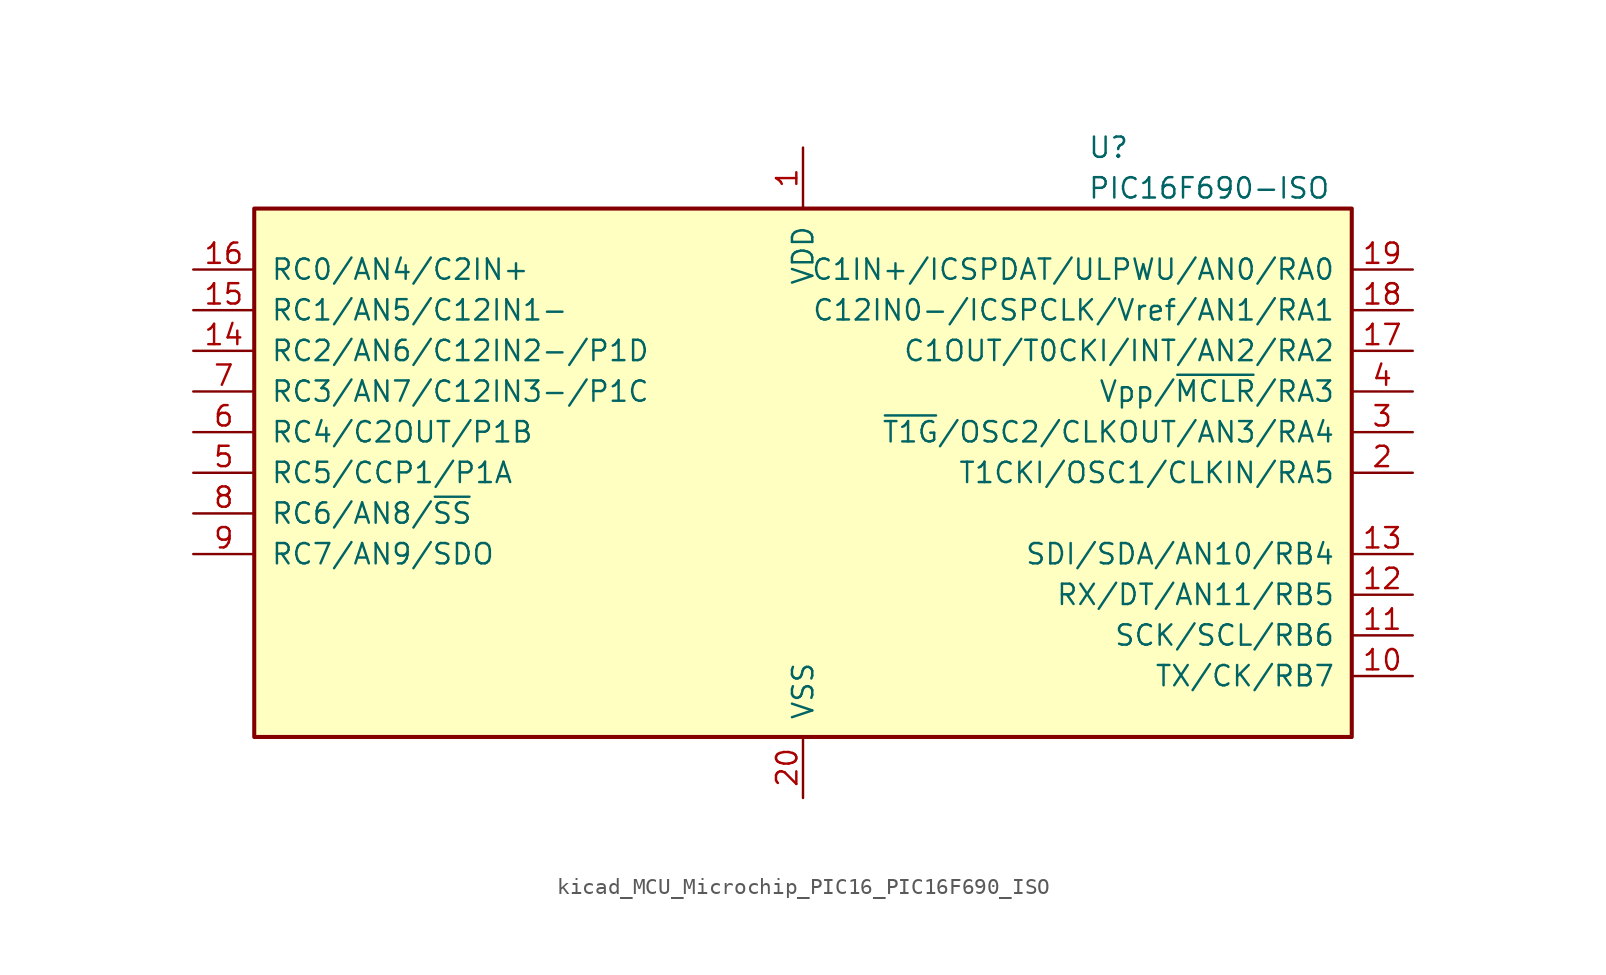
<source format=kicad_sym>
(kicad_symbol_lib
  (version 20220914)
  (generator kicad_symbol_editor)
  (symbol "kicad_MCU_Microchip_PIC16_PIC16F690_ISO"
    (pin_names
      (offset 1.016))
    (property "Reference" "U"
      (at 17.78 20.32 0)
      (effects (font (size 1.27 1.27)) (justify left)))
    (property "Value" "PIC16F690-ISO"
      (at 17.78 17.78 0)
      (effects (font (size 1.27 1.27)) (justify left)))
    (symbol "kicad_MCU_Microchip_PIC16_PIC16F690_ISO_0_1"
      (rectangle (start -34.29 16.51) (end 34.29 -16.51) (stroke (width 0.254) (type default)) (fill (type background))))
    (symbol "kicad_MCU_Microchip_PIC16_PIC16F690_ISO_1_1"
      (pin power_in line (at 0 20.32 270) (length 3.81) (name "VDD" (effects (font (size 1.27 1.27)))) (number "1" (effects (font (size 1.27 1.27)))))
      (pin bidirectional line (at 38.1 -12.7 180) (length 3.81) (name "TX/CK/RB7" (effects (font (size 1.27 1.27)))) (number "10" (effects (font (size 1.27 1.27)))))
      (pin bidirectional line (at 38.1 -10.16 180) (length 3.81) (name "SCK/SCL/RB6" (effects (font (size 1.27 1.27)))) (number "11" (effects (font (size 1.27 1.27)))))
      (pin bidirectional line (at 38.1 -7.62 180) (length 3.81) (name "RX/DT/AN11/RB5" (effects (font (size 1.27 1.27)))) (number "12" (effects (font (size 1.27 1.27)))))
      (pin bidirectional line (at 38.1 -5.08 180) (length 3.81) (name "SDI/SDA/AN10/RB4" (effects (font (size 1.27 1.27)))) (number "13" (effects (font (size 1.27 1.27)))))
      (pin bidirectional line (at -38.1 7.62 0) (length 3.81) (name "RC2/AN6/C12IN2-/P1D" (effects (font (size 1.27 1.27)))) (number "14" (effects (font (size 1.27 1.27)))))
      (pin bidirectional line (at -38.1 10.16 0) (length 3.81) (name "RC1/AN5/C12IN1-" (effects (font (size 1.27 1.27)))) (number "15" (effects (font (size 1.27 1.27)))))
      (pin bidirectional line (at -38.1 12.7 0) (length 3.81) (name "RC0/AN4/C2IN+" (effects (font (size 1.27 1.27)))) (number "16" (effects (font (size 1.27 1.27)))))
      (pin bidirectional line (at 38.1 7.62 180) (length 3.81) (name "C1OUT/T0CKI/INT/AN2/RA2" (effects (font (size 1.27 1.27)))) (number "17" (effects (font (size 1.27 1.27)))))
      (pin bidirectional line (at 38.1 10.16 180) (length 3.81) (name "C12IN0-/ICSPCLK/Vref/AN1/RA1" (effects (font (size 1.27 1.27)))) (number "18" (effects (font (size 1.27 1.27)))))
      (pin bidirectional line (at 38.1 12.7 180) (length 3.81) (name "C1IN+/ICSPDAT/ULPWU/AN0/RA0" (effects (font (size 1.27 1.27)))) (number "19" (effects (font (size 1.27 1.27)))))
      (pin bidirectional line (at 38.1 0 180) (length 3.81) (name "T1CKI/OSC1/CLKIN/RA5" (effects (font (size 1.27 1.27)))) (number "2" (effects (font (size 1.27 1.27)))))
      (pin power_in line (at 0 -20.32 90) (length 3.81) (name "VSS" (effects (font (size 1.27 1.27)))) (number "20" (effects (font (size 1.27 1.27)))))
      (pin bidirectional line (at 38.1 2.54 180) (length 3.81) (name "~{T1G}/OSC2/CLKOUT/AN3/RA4" (effects (font (size 1.27 1.27)))) (number "3" (effects (font (size 1.27 1.27)))))
      (pin input line (at 38.1 5.08 180) (length 3.81) (name "Vpp/~{MCLR}/RA3" (effects (font (size 1.27 1.27)))) (number "4" (effects (font (size 1.27 1.27)))))
      (pin bidirectional line (at -38.1 0 0) (length 3.81) (name "RC5/CCP1/P1A" (effects (font (size 1.27 1.27)))) (number "5" (effects (font (size 1.27 1.27)))))
      (pin bidirectional line (at -38.1 2.54 0) (length 3.81) (name "RC4/C2OUT/P1B" (effects (font (size 1.27 1.27)))) (number "6" (effects (font (size 1.27 1.27)))))
      (pin bidirectional line (at -38.1 5.08 0) (length 3.81) (name "RC3/AN7/C12IN3-/P1C" (effects (font (size 1.27 1.27)))) (number "7" (effects (font (size 1.27 1.27)))))
      (pin bidirectional line (at -38.1 -2.54 0) (length 3.81) (name "RC6/AN8/~{SS}" (effects (font (size 1.27 1.27)))) (number "8" (effects (font (size 1.27 1.27)))))
      (pin bidirectional line (at -38.1 -5.08 0) (length 3.81) (name "RC7/AN9/SDO" (effects (font (size 1.27 1.27)))) (number "9" (effects (font (size 1.27 1.27))))))))
</source>
